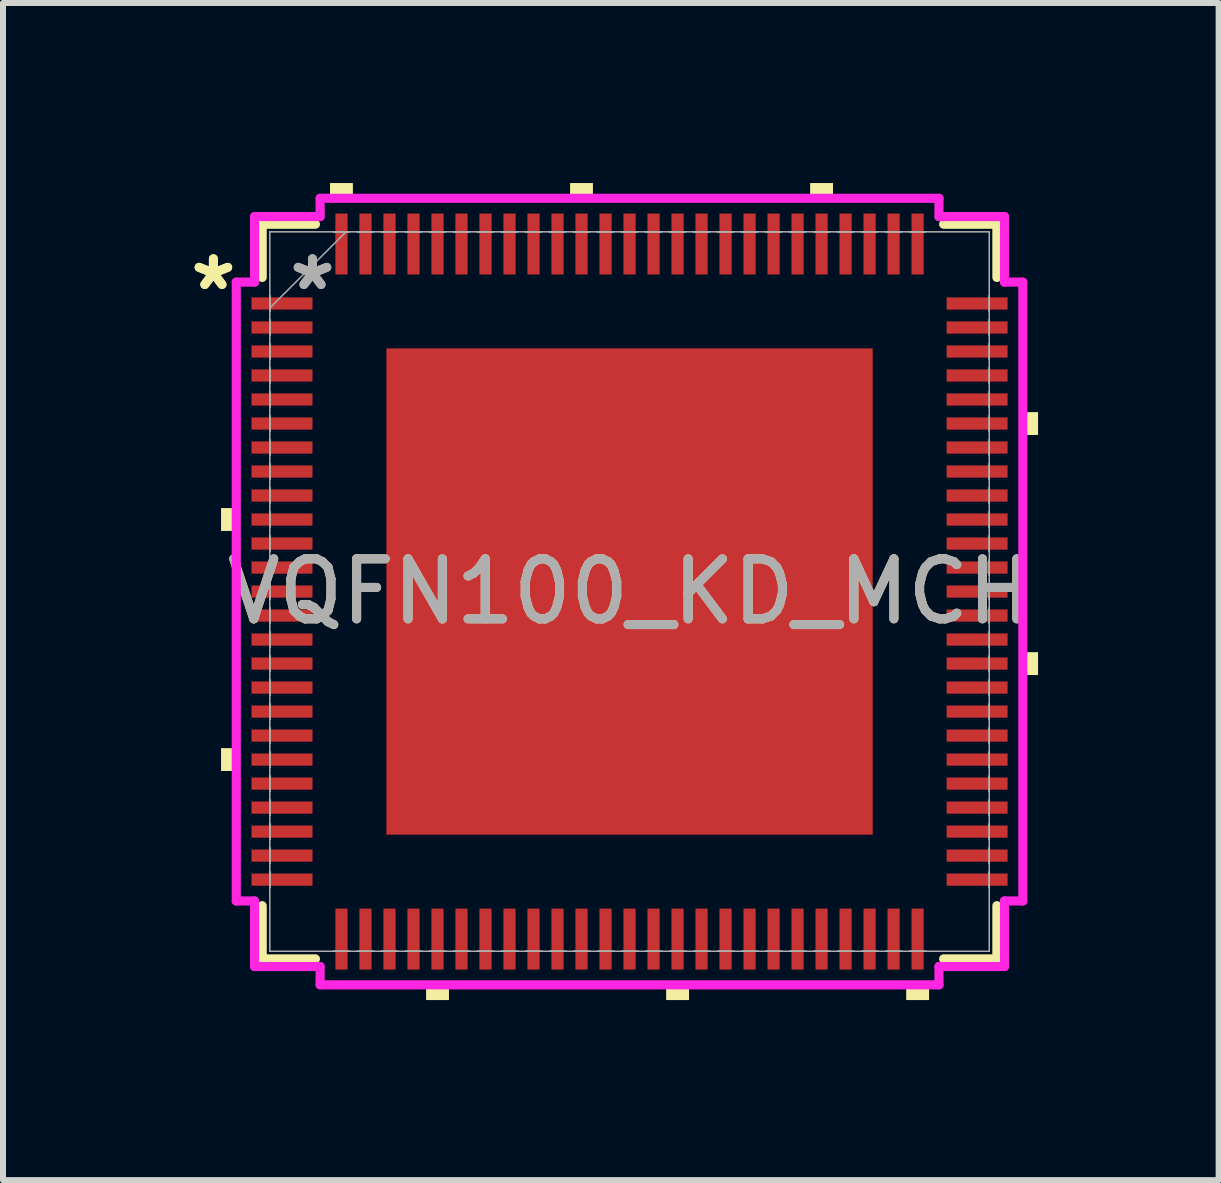
<source format=kicad_pcb>
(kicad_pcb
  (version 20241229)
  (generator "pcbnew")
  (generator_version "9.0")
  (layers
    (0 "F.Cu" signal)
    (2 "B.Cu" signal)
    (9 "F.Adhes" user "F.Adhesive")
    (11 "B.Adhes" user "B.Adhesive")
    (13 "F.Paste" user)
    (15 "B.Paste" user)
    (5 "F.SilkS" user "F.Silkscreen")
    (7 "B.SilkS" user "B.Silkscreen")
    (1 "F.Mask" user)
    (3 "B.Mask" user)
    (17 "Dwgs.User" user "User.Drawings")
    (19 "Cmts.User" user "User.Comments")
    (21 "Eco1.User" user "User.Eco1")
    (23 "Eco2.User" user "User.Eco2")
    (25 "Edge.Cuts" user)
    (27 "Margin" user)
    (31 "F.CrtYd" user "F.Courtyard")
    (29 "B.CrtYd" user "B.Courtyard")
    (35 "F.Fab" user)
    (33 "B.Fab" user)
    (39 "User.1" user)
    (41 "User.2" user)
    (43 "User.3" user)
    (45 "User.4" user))
  (footprint "VQFN100_KD_MCH"
    (layer "F.Cu")
    (at 7.44 6.807)
    (property "Reference" "VQFN100_KD_MCH" (at 0 0 0) (unlocked yes) (layer "F.SilkS") (effects (font (size 1 1) (thickness 0.15))))
    (attr smd)
    (fp_line (start -6.121 -6.121) (end -6.121 -5.234) (stroke (width 0.152) (type solid)) (layer "F.SilkS"))
    (fp_line (start -6.121 5.234) (end -6.121 6.121) (stroke (width 0.152) (type solid)) (layer "F.SilkS"))
    (fp_line (start -6.121 6.121) (end -5.234 6.121) (stroke (width 0.152) (type solid)) (layer "F.SilkS"))
    (fp_line (start -5.234 -6.121) (end -6.121 -6.121) (stroke (width 0.152) (type solid)) (layer "F.SilkS"))
    (fp_line (start 5.234 6.121) (end 6.121 6.121) (stroke (width 0.152) (type solid)) (layer "F.SilkS"))
    (fp_line (start 6.121 -6.121) (end 5.234 -6.121) (stroke (width 0.152) (type solid)) (layer "F.SilkS"))
    (fp_line (start 6.121 -5.234) (end 6.121 -6.121) (stroke (width 0.152) (type solid)) (layer "F.SilkS"))
    (fp_line (start 6.121 6.121) (end 6.121 5.234) (stroke (width 0.152) (type solid)) (layer "F.SilkS"))
    (fp_poly (pts (xy -6.807 -1.391) (xy -6.807 -1.01) (xy -6.553 -1.01) (xy -6.553 -1.391)) (stroke (width 0) (type solid)) (fill yes) (layer "F.SilkS"))
    (fp_poly (pts (xy -6.807 2.609) (xy -6.807 2.99) (xy -6.553 2.99) (xy -6.553 2.609)) (stroke (width 0) (type solid)) (fill yes) (layer "F.SilkS"))
    (fp_poly (pts (xy -4.991 -6.553) (xy -4.991 -6.807) (xy -4.61 -6.807) (xy -4.61 -6.553)) (stroke (width 0) (type solid)) (fill yes) (layer "F.SilkS"))
    (fp_poly (pts (xy -3.39 6.553) (xy -3.39 6.807) (xy -3.009 6.807) (xy -3.009 6.553)) (stroke (width 0) (type solid)) (fill yes) (layer "F.SilkS"))
    (fp_poly (pts (xy -0.991 -6.553) (xy -0.991 -6.807) (xy -0.61 -6.807) (xy -0.61 -6.553)) (stroke (width 0) (type solid)) (fill yes) (layer "F.SilkS"))
    (fp_poly (pts (xy 0.61 6.553) (xy 0.61 6.807) (xy 0.991 6.807) (xy 0.991 6.553)) (stroke (width 0) (type solid)) (fill yes) (layer "F.SilkS"))
    (fp_poly (pts (xy 3.009 -6.553) (xy 3.009 -6.807) (xy 3.39 -6.807) (xy 3.39 -6.553)) (stroke (width 0) (type solid)) (fill yes) (layer "F.SilkS"))
    (fp_poly (pts (xy 4.61 6.553) (xy 4.61 6.807) (xy 4.991 6.807) (xy 4.991 6.553)) (stroke (width 0) (type solid)) (fill yes) (layer "F.SilkS"))
    (fp_poly (pts (xy 6.807 -2.99) (xy 6.807 -2.609) (xy 6.553 -2.609) (xy 6.553 -2.99)) (stroke (width 0) (type solid)) (fill yes) (layer "F.SilkS"))
    (fp_poly (pts (xy 6.807 1.01) (xy 6.807 1.391) (xy 6.553 1.391) (xy 6.553 1.01)) (stroke (width 0) (type solid)) (fill yes) (layer "F.SilkS"))
    (fp_poly (pts (xy -3.951 -3.951) (xy -3.951 -2.801) (xy -2.801 -2.801) (xy -2.801 -3.951)) (stroke (width 0) (type solid)) (fill yes) (layer "F.Paste"))
    (fp_poly (pts (xy -3.951 -2.601) (xy -3.951 -1.45) (xy -2.801 -1.45) (xy -2.801 -2.601)) (stroke (width 0) (type solid)) (fill yes) (layer "F.Paste"))
    (fp_poly (pts (xy -3.951 -1.25) (xy -3.951 -0.1) (xy -2.801 -0.1) (xy -2.801 -1.25)) (stroke (width 0) (type solid)) (fill yes) (layer "F.Paste"))
    (fp_poly (pts (xy -3.951 0.1) (xy -3.951 1.25) (xy -2.801 1.25) (xy -2.801 0.1)) (stroke (width 0) (type solid)) (fill yes) (layer "F.Paste"))
    (fp_poly (pts (xy -3.951 1.45) (xy -3.951 2.601) (xy -2.801 2.601) (xy -2.801 1.45)) (stroke (width 0) (type solid)) (fill yes) (layer "F.Paste"))
    (fp_poly (pts (xy -3.951 2.801) (xy -3.951 3.951) (xy -2.801 3.951) (xy -2.801 2.801)) (stroke (width 0) (type solid)) (fill yes) (layer "F.Paste"))
    (fp_poly (pts (xy -2.601 -3.951) (xy -2.601 -2.801) (xy -1.45 -2.801) (xy -1.45 -3.951)) (stroke (width 0) (type solid)) (fill yes) (layer "F.Paste"))
    (fp_poly (pts (xy -2.601 -2.601) (xy -2.601 -1.45) (xy -1.45 -1.45) (xy -1.45 -2.601)) (stroke (width 0) (type solid)) (fill yes) (layer "F.Paste"))
    (fp_poly (pts (xy -2.601 -1.25) (xy -2.601 -0.1) (xy -1.45 -0.1) (xy -1.45 -1.25)) (stroke (width 0) (type solid)) (fill yes) (layer "F.Paste"))
    (fp_poly (pts (xy -2.601 0.1) (xy -2.601 1.25) (xy -1.45 1.25) (xy -1.45 0.1)) (stroke (width 0) (type solid)) (fill yes) (layer "F.Paste"))
    (fp_poly (pts (xy -2.601 1.45) (xy -2.601 2.601) (xy -1.45 2.601) (xy -1.45 1.45)) (stroke (width 0) (type solid)) (fill yes) (layer "F.Paste"))
    (fp_poly (pts (xy -2.601 2.801) (xy -2.601 3.951) (xy -1.45 3.951) (xy -1.45 2.801)) (stroke (width 0) (type solid)) (fill yes) (layer "F.Paste"))
    (fp_poly (pts (xy -1.25 -3.951) (xy -1.25 -2.801) (xy -0.1 -2.801) (xy -0.1 -3.951)) (stroke (width 0) (type solid)) (fill yes) (layer "F.Paste"))
    (fp_poly (pts (xy -1.25 -2.601) (xy -1.25 -1.45) (xy -0.1 -1.45) (xy -0.1 -2.601)) (stroke (width 0) (type solid)) (fill yes) (layer "F.Paste"))
    (fp_poly (pts (xy -1.25 -1.25) (xy -1.25 -0.1) (xy -0.1 -0.1) (xy -0.1 -1.25)) (stroke (width 0) (type solid)) (fill yes) (layer "F.Paste"))
    (fp_poly (pts (xy -1.25 0.1) (xy -1.25 1.25) (xy -0.1 1.25) (xy -0.1 0.1)) (stroke (width 0) (type solid)) (fill yes) (layer "F.Paste"))
    (fp_poly (pts (xy -1.25 1.45) (xy -1.25 2.601) (xy -0.1 2.601) (xy -0.1 1.45)) (stroke (width 0) (type solid)) (fill yes) (layer "F.Paste"))
    (fp_poly (pts (xy -1.25 2.801) (xy -1.25 3.951) (xy -0.1 3.951) (xy -0.1 2.801)) (stroke (width 0) (type solid)) (fill yes) (layer "F.Paste"))
    (fp_poly (pts (xy 0.1 -3.951) (xy 0.1 -2.801) (xy 1.25 -2.801) (xy 1.25 -3.951)) (stroke (width 0) (type solid)) (fill yes) (layer "F.Paste"))
    (fp_poly (pts (xy 0.1 -2.601) (xy 0.1 -1.45) (xy 1.25 -1.45) (xy 1.25 -2.601)) (stroke (width 0) (type solid)) (fill yes) (layer "F.Paste"))
    (fp_poly (pts (xy 0.1 -1.25) (xy 0.1 -0.1) (xy 1.25 -0.1) (xy 1.25 -1.25)) (stroke (width 0) (type solid)) (fill yes) (layer "F.Paste"))
    (fp_poly (pts (xy 0.1 0.1) (xy 0.1 1.25) (xy 1.25 1.25) (xy 1.25 0.1)) (stroke (width 0) (type solid)) (fill yes) (layer "F.Paste"))
    (fp_poly (pts (xy 0.1 1.45) (xy 0.1 2.601) (xy 1.25 2.601) (xy 1.25 1.45)) (stroke (width 0) (type solid)) (fill yes) (layer "F.Paste"))
    (fp_poly (pts (xy 0.1 2.801) (xy 0.1 3.951) (xy 1.25 3.951) (xy 1.25 2.801)) (stroke (width 0) (type solid)) (fill yes) (layer "F.Paste"))
    (fp_poly (pts (xy 1.45 -3.951) (xy 1.45 -2.801) (xy 2.601 -2.801) (xy 2.601 -3.951)) (stroke (width 0) (type solid)) (fill yes) (layer "F.Paste"))
    (fp_poly (pts (xy 1.45 -2.601) (xy 1.45 -1.45) (xy 2.601 -1.45) (xy 2.601 -2.601)) (stroke (width 0) (type solid)) (fill yes) (layer "F.Paste"))
    (fp_poly (pts (xy 1.45 -1.25) (xy 1.45 -0.1) (xy 2.601 -0.1) (xy 2.601 -1.25)) (stroke (width 0) (type solid)) (fill yes) (layer "F.Paste"))
    (fp_poly (pts (xy 1.45 0.1) (xy 1.45 1.25) (xy 2.601 1.25) (xy 2.601 0.1)) (stroke (width 0) (type solid)) (fill yes) (layer "F.Paste"))
    (fp_poly (pts (xy 1.45 1.45) (xy 1.45 2.601) (xy 2.601 2.601) (xy 2.601 1.45)) (stroke (width 0) (type solid)) (fill yes) (layer "F.Paste"))
    (fp_poly (pts (xy 1.45 2.801) (xy 1.45 3.951) (xy 2.601 3.951) (xy 2.601 2.801)) (stroke (width 0) (type solid)) (fill yes) (layer "F.Paste"))
    (fp_poly (pts (xy 2.801 -3.951) (xy 2.801 -2.801) (xy 3.951 -2.801) (xy 3.951 -3.951)) (stroke (width 0) (type solid)) (fill yes) (layer "F.Paste"))
    (fp_poly (pts (xy 2.801 -2.601) (xy 2.801 -1.45) (xy 3.951 -1.45) (xy 3.951 -2.601)) (stroke (width 0) (type solid)) (fill yes) (layer "F.Paste"))
    (fp_poly (pts (xy 2.801 -1.25) (xy 2.801 -0.1) (xy 3.951 -0.1) (xy 3.951 -1.25)) (stroke (width 0) (type solid)) (fill yes) (layer "F.Paste"))
    (fp_poly (pts (xy 2.801 0.1) (xy 2.801 1.25) (xy 3.951 1.25) (xy 3.951 0.1)) (stroke (width 0) (type solid)) (fill yes) (layer "F.Paste"))
    (fp_poly (pts (xy 2.801 1.45) (xy 2.801 2.601) (xy 3.951 2.601) (xy 3.951 1.45)) (stroke (width 0) (type solid)) (fill yes) (layer "F.Paste"))
    (fp_poly (pts (xy 2.801 2.801) (xy 2.801 3.951) (xy 3.951 3.951) (xy 3.951 2.801)) (stroke (width 0) (type solid)) (fill yes) (layer "F.Paste"))
    (fp_line (start -6.553 -5.156) (end -6.248 -5.156) (stroke (width 0.152) (type solid)) (layer "F.CrtYd"))
    (fp_line (start -6.553 5.156) (end -6.553 -5.156) (stroke (width 0.152) (type solid)) (layer "F.CrtYd"))
    (fp_line (start -6.248 -6.248) (end -5.156 -6.248) (stroke (width 0.152) (type solid)) (layer "F.CrtYd"))
    (fp_line (start -6.248 -5.156) (end -6.248 -6.248) (stroke (width 0.152) (type solid)) (layer "F.CrtYd"))
    (fp_line (start -6.248 5.156) (end -6.553 5.156) (stroke (width 0.152) (type solid)) (layer "F.CrtYd"))
    (fp_line (start -6.248 6.248) (end -6.248 5.156) (stroke (width 0.152) (type solid)) (layer "F.CrtYd"))
    (fp_line (start -5.156 -6.553) (end 5.156 -6.553) (stroke (width 0.152) (type solid)) (layer "F.CrtYd"))
    (fp_line (start -5.156 -6.248) (end -5.156 -6.553) (stroke (width 0.152) (type solid)) (layer "F.CrtYd"))
    (fp_line (start -5.156 6.248) (end -6.248 6.248) (stroke (width 0.152) (type solid)) (layer "F.CrtYd"))
    (fp_line (start -5.156 6.553) (end -5.156 6.248) (stroke (width 0.152) (type solid)) (layer "F.CrtYd"))
    (fp_line (start 5.156 -6.553) (end 5.156 -6.248) (stroke (width 0.152) (type solid)) (layer "F.CrtYd"))
    (fp_line (start 5.156 -6.248) (end 6.248 -6.248) (stroke (width 0.152) (type solid)) (layer "F.CrtYd"))
    (fp_line (start 5.156 6.248) (end 5.156 6.553) (stroke (width 0.152) (type solid)) (layer "F.CrtYd"))
    (fp_line (start 5.156 6.553) (end -5.156 6.553) (stroke (width 0.152) (type solid)) (layer "F.CrtYd"))
    (fp_line (start 6.248 -6.248) (end 6.248 -5.156) (stroke (width 0.152) (type solid)) (layer "F.CrtYd"))
    (fp_line (start 6.248 -5.156) (end 6.553 -5.156) (stroke (width 0.152) (type solid)) (layer "F.CrtYd"))
    (fp_line (start 6.248 5.156) (end 6.248 6.248) (stroke (width 0.152) (type solid)) (layer "F.CrtYd"))
    (fp_line (start 6.248 6.248) (end 5.156 6.248) (stroke (width 0.152) (type solid)) (layer "F.CrtYd"))
    (fp_line (start 6.553 -5.156) (end 6.553 5.156) (stroke (width 0.152) (type solid)) (layer "F.CrtYd"))
    (fp_line (start 6.553 5.156) (end 6.248 5.156) (stroke (width 0.152) (type solid)) (layer "F.CrtYd"))
    (fp_line (start -5.994 -5.994) (end -5.994 -5.994) (stroke (width 0.025) (type solid)) (layer "F.Fab"))
    (fp_line (start -5.994 -5.994) (end -5.994 5.994) (stroke (width 0.025) (type solid)) (layer "F.Fab"))
    (fp_line (start -5.994 -4.927) (end -5.994 -4.927) (stroke (width 0.025) (type solid)) (layer "F.Fab"))
    (fp_line (start -5.994 -4.927) (end -5.994 -4.673) (stroke (width 0.025) (type solid)) (layer "F.Fab"))
    (fp_line (start -5.994 -4.724) (end -4.724 -5.994) (stroke (width 0.025) (type solid)) (layer "F.Fab"))
    (fp_line (start -5.994 -4.673) (end -5.994 -4.927) (stroke (width 0.025) (type solid)) (layer "F.Fab"))
    (fp_line (start -5.994 -4.673) (end -5.994 -4.673) (stroke (width 0.025) (type solid)) (layer "F.Fab"))
    (fp_line (start -5.994 -4.527) (end -5.994 -4.527) (stroke (width 0.025) (type solid)) (layer "F.Fab"))
    (fp_line (start -5.994 -4.527) (end -5.994 -4.273) (stroke (width 0.025) (type solid)) (layer "F.Fab"))
    (fp_line (start -5.994 -4.273) (end -5.994 -4.527) (stroke (width 0.025) (type solid)) (layer "F.Fab"))
    (fp_line (start -5.994 -4.273) (end -5.994 -4.273) (stroke (width 0.025) (type solid)) (layer "F.Fab"))
    (fp_line (start -5.994 -4.127) (end -5.994 -4.127) (stroke (width 0.025) (type solid)) (layer "F.Fab"))
    (fp_line (start -5.994 -4.127) (end -5.994 -3.873) (stroke (width 0.025) (type solid)) (layer "F.Fab"))
    (fp_line (start -5.994 -3.873) (end -5.994 -4.127) (stroke (width 0.025) (type solid)) (layer "F.Fab"))
    (fp_line (start -5.994 -3.873) (end -5.994 -3.873) (stroke (width 0.025) (type solid)) (layer "F.Fab"))
    (fp_line (start -5.994 -3.727) (end -5.994 -3.727) (stroke (width 0.025) (type solid)) (layer "F.Fab"))
    (fp_line (start -5.994 -3.727) (end -5.994 -3.473) (stroke (width 0.025) (type solid)) (layer "F.Fab"))
    (fp_line (start -5.994 -3.473) (end -5.994 -3.727) (stroke (width 0.025) (type solid)) (layer "F.Fab"))
    (fp_line (start -5.994 -3.473) (end -5.994 -3.473) (stroke (width 0.025) (type solid)) (layer "F.Fab"))
    (fp_line (start -5.994 -3.327) (end -5.994 -3.327) (stroke (width 0.025) (type solid)) (layer "F.Fab"))
    (fp_line (start -5.994 -3.327) (end -5.994 -3.073) (stroke (width 0.025) (type solid)) (layer "F.Fab"))
    (fp_line (start -5.994 -3.073) (end -5.994 -3.327) (stroke (width 0.025) (type solid)) (layer "F.Fab"))
    (fp_line (start -5.994 -3.073) (end -5.994 -3.073) (stroke (width 0.025) (type solid)) (layer "F.Fab"))
    (fp_line (start -5.994 -2.927) (end -5.994 -2.927) (stroke (width 0.025) (type solid)) (layer "F.Fab"))
    (fp_line (start -5.994 -2.927) (end -5.994 -2.673) (stroke (width 0.025) (type solid)) (layer "F.Fab"))
    (fp_line (start -5.994 -2.673) (end -5.994 -2.927) (stroke (width 0.025) (type solid)) (layer "F.Fab"))
    (fp_line (start -5.994 -2.673) (end -5.994 -2.673) (stroke (width 0.025) (type solid)) (layer "F.Fab"))
    (fp_line (start -5.994 -2.527) (end -5.994 -2.527) (stroke (width 0.025) (type solid)) (layer "F.Fab"))
    (fp_line (start -5.994 -2.527) (end -5.994 -2.273) (stroke (width 0.025) (type solid)) (layer "F.Fab"))
    (fp_line (start -5.994 -2.273) (end -5.994 -2.527) (stroke (width 0.025) (type solid)) (layer "F.Fab"))
    (fp_line (start -5.994 -2.273) (end -5.994 -2.273) (stroke (width 0.025) (type solid)) (layer "F.Fab"))
    (fp_line (start -5.994 -2.127) (end -5.994 -2.127) (stroke (width 0.025) (type solid)) (layer "F.Fab"))
    (fp_line (start -5.994 -2.127) (end -5.994 -1.873) (stroke (width 0.025) (type solid)) (layer "F.Fab"))
    (fp_line (start -5.994 -1.873) (end -5.994 -2.127) (stroke (width 0.025) (type solid)) (layer "F.Fab"))
    (fp_line (start -5.994 -1.873) (end -5.994 -1.873) (stroke (width 0.025) (type solid)) (layer "F.Fab"))
    (fp_line (start -5.994 -1.727) (end -5.994 -1.727) (stroke (width 0.025) (type solid)) (layer "F.Fab"))
    (fp_line (start -5.994 -1.727) (end -5.994 -1.473) (stroke (width 0.025) (type solid)) (layer "F.Fab"))
    (fp_line (start -5.994 -1.473) (end -5.994 -1.727) (stroke (width 0.025) (type solid)) (layer "F.Fab"))
    (fp_line (start -5.994 -1.473) (end -5.994 -1.473) (stroke (width 0.025) (type solid)) (layer "F.Fab"))
    (fp_line (start -5.994 -1.327) (end -5.994 -1.327) (stroke (width 0.025) (type solid)) (layer "F.Fab"))
    (fp_line (start -5.994 -1.327) (end -5.994 -1.073) (stroke (width 0.025) (type solid)) (layer "F.Fab"))
    (fp_line (start -5.994 -1.073) (end -5.994 -1.327) (stroke (width 0.025) (type solid)) (layer "F.Fab"))
    (fp_line (start -5.994 -1.073) (end -5.994 -1.073) (stroke (width 0.025) (type solid)) (layer "F.Fab"))
    (fp_line (start -5.994 -0.927) (end -5.994 -0.927) (stroke (width 0.025) (type solid)) (layer "F.Fab"))
    (fp_line (start -5.994 -0.927) (end -5.994 -0.673) (stroke (width 0.025) (type solid)) (layer "F.Fab"))
    (fp_line (start -5.994 -0.673) (end -5.994 -0.927) (stroke (width 0.025) (type solid)) (layer "F.Fab"))
    (fp_line (start -5.994 -0.673) (end -5.994 -0.673) (stroke (width 0.025) (type solid)) (layer "F.Fab"))
    (fp_line (start -5.994 -0.527) (end -5.994 -0.527) (stroke (width 0.025) (type solid)) (layer "F.Fab"))
    (fp_line (start -5.994 -0.527) (end -5.994 -0.273) (stroke (width 0.025) (type solid)) (layer "F.Fab"))
    (fp_line (start -5.994 -0.273) (end -5.994 -0.527) (stroke (width 0.025) (type solid)) (layer "F.Fab"))
    (fp_line (start -5.994 -0.273) (end -5.994 -0.273) (stroke (width 0.025) (type solid)) (layer "F.Fab"))
    (fp_line (start -5.994 -0.127) (end -5.994 -0.127) (stroke (width 0.025) (type solid)) (layer "F.Fab"))
    (fp_line (start -5.994 -0.127) (end -5.994 0.127) (stroke (width 0.025) (type solid)) (layer "F.Fab"))
    (fp_line (start -5.994 0.127) (end -5.994 -0.127) (stroke (width 0.025) (type solid)) (layer "F.Fab"))
    (fp_line (start -5.994 0.127) (end -5.994 0.127) (stroke (width 0.025) (type solid)) (layer "F.Fab"))
    (fp_line (start -5.994 0.273) (end -5.994 0.273) (stroke (width 0.025) (type solid)) (layer "F.Fab"))
    (fp_line (start -5.994 0.273) (end -5.994 0.527) (stroke (width 0.025) (type solid)) (layer "F.Fab"))
    (fp_line (start -5.994 0.527) (end -5.994 0.273) (stroke (width 0.025) (type solid)) (layer "F.Fab"))
    (fp_line (start -5.994 0.527) (end -5.994 0.527) (stroke (width 0.025) (type solid)) (layer "F.Fab"))
    (fp_line (start -5.994 0.673) (end -5.994 0.673) (stroke (width 0.025) (type solid)) (layer "F.Fab"))
    (fp_line (start -5.994 0.673) (end -5.994 0.927) (stroke (width 0.025) (type solid)) (layer "F.Fab"))
    (fp_line (start -5.994 0.927) (end -5.994 0.673) (stroke (width 0.025) (type solid)) (layer "F.Fab"))
    (fp_line (start -5.994 0.927) (end -5.994 0.927) (stroke (width 0.025) (type solid)) (layer "F.Fab"))
    (fp_line (start -5.994 1.073) (end -5.994 1.073) (stroke (width 0.025) (type solid)) (layer "F.Fab"))
    (fp_line (start -5.994 1.073) (end -5.994 1.327) (stroke (width 0.025) (type solid)) (layer "F.Fab"))
    (fp_line (start -5.994 1.327) (end -5.994 1.073) (stroke (width 0.025) (type solid)) (layer "F.Fab"))
    (fp_line (start -5.994 1.327) (end -5.994 1.327) (stroke (width 0.025) (type solid)) (layer "F.Fab"))
    (fp_line (start -5.994 1.473) (end -5.994 1.473) (stroke (width 0.025) (type solid)) (layer "F.Fab"))
    (fp_line (start -5.994 1.473) (end -5.994 1.727) (stroke (width 0.025) (type solid)) (layer "F.Fab"))
    (fp_line (start -5.994 1.727) (end -5.994 1.473) (stroke (width 0.025) (type solid)) (layer "F.Fab"))
    (fp_line (start -5.994 1.727) (end -5.994 1.727) (stroke (width 0.025) (type solid)) (layer "F.Fab"))
    (fp_line (start -5.994 1.873) (end -5.994 1.873) (stroke (width 0.025) (type solid)) (layer "F.Fab"))
    (fp_line (start -5.994 1.873) (end -5.994 2.127) (stroke (width 0.025) (type solid)) (layer "F.Fab"))
    (fp_line (start -5.994 2.127) (end -5.994 1.873) (stroke (width 0.025) (type solid)) (layer "F.Fab"))
    (fp_line (start -5.994 2.127) (end -5.994 2.127) (stroke (width 0.025) (type solid)) (layer "F.Fab"))
    (fp_line (start -5.994 2.273) (end -5.994 2.273) (stroke (width 0.025) (type solid)) (layer "F.Fab"))
    (fp_line (start -5.994 2.273) (end -5.994 2.527) (stroke (width 0.025) (type solid)) (layer "F.Fab"))
    (fp_line (start -5.994 2.527) (end -5.994 2.273) (stroke (width 0.025) (type solid)) (layer "F.Fab"))
    (fp_line (start -5.994 2.527) (end -5.994 2.527) (stroke (width 0.025) (type solid)) (layer "F.Fab"))
    (fp_line (start -5.994 2.673) (end -5.994 2.673) (stroke (width 0.025) (type solid)) (layer "F.Fab"))
    (fp_line (start -5.994 2.673) (end -5.994 2.927) (stroke (width 0.025) (type solid)) (layer "F.Fab"))
    (fp_line (start -5.994 2.927) (end -5.994 2.673) (stroke (width 0.025) (type solid)) (layer "F.Fab"))
    (fp_line (start -5.994 2.927) (end -5.994 2.927) (stroke (width 0.025) (type solid)) (layer "F.Fab"))
    (fp_line (start -5.994 3.073) (end -5.994 3.073) (stroke (width 0.025) (type solid)) (layer "F.Fab"))
    (fp_line (start -5.994 3.073) (end -5.994 3.327) (stroke (width 0.025) (type solid)) (layer "F.Fab"))
    (fp_line (start -5.994 3.327) (end -5.994 3.073) (stroke (width 0.025) (type solid)) (layer "F.Fab"))
    (fp_line (start -5.994 3.327) (end -5.994 3.327) (stroke (width 0.025) (type solid)) (layer "F.Fab"))
    (fp_line (start -5.994 3.473) (end -5.994 3.473) (stroke (width 0.025) (type solid)) (layer "F.Fab"))
    (fp_line (start -5.994 3.473) (end -5.994 3.727) (stroke (width 0.025) (type solid)) (layer "F.Fab"))
    (fp_line (start -5.994 3.727) (end -5.994 3.473) (stroke (width 0.025) (type solid)) (layer "F.Fab"))
    (fp_line (start -5.994 3.727) (end -5.994 3.727) (stroke (width 0.025) (type solid)) (layer "F.Fab"))
    (fp_line (start -5.994 3.873) (end -5.994 3.873) (stroke (width 0.025) (type solid)) (layer "F.Fab"))
    (fp_line (start -5.994 3.873) (end -5.994 4.127) (stroke (width 0.025) (type solid)) (layer "F.Fab"))
    (fp_line (start -5.994 4.127) (end -5.994 3.873) (stroke (width 0.025) (type solid)) (layer "F.Fab"))
    (fp_line (start -5.994 4.127) (end -5.994 4.127) (stroke (width 0.025) (type solid)) (layer "F.Fab"))
    (fp_line (start -5.994 4.273) (end -5.994 4.273) (stroke (width 0.025) (type solid)) (layer "F.Fab"))
    (fp_line (start -5.994 4.273) (end -5.994 4.527) (stroke (width 0.025) (type solid)) (layer "F.Fab"))
    (fp_line (start -5.994 4.527) (end -5.994 4.273) (stroke (width 0.025) (type solid)) (layer "F.Fab"))
    (fp_line (start -5.994 4.527) (end -5.994 4.527) (stroke (width 0.025) (type solid)) (layer "F.Fab"))
    (fp_line (start -5.994 4.673) (end -5.994 4.673) (stroke (width 0.025) (type solid)) (layer "F.Fab"))
    (fp_line (start -5.994 4.673) (end -5.994 4.927) (stroke (width 0.025) (type solid)) (layer "F.Fab"))
    (fp_line (start -5.994 4.927) (end -5.994 4.673) (stroke (width 0.025) (type solid)) (layer "F.Fab"))
    (fp_line (start -5.994 4.927) (end -5.994 4.927) (stroke (width 0.025) (type solid)) (layer "F.Fab"))
    (fp_line (start -5.994 5.994) (end -5.994 5.994) (stroke (width 0.025) (type solid)) (layer "F.Fab"))
    (fp_line (start -5.994 5.994) (end 5.994 5.994) (stroke (width 0.025) (type solid)) (layer "F.Fab"))
    (fp_line (start -4.927 5.994) (end -4.927 5.994) (stroke (width 0.025) (type solid)) (layer "F.Fab"))
    (fp_line (start -4.927 5.994) (end -4.673 5.994) (stroke (width 0.025) (type solid)) (layer "F.Fab"))
    (fp_line (start -4.927 -5.994) (end -4.927 -5.994) (stroke (width 0.025) (type solid)) (layer "F.Fab"))
    (fp_line (start -4.927 -5.994) (end -4.673 -5.994) (stroke (width 0.025) (type solid)) (layer "F.Fab"))
    (fp_line (start -4.673 5.994) (end -4.927 5.994) (stroke (width 0.025) (type solid)) (layer "F.Fab"))
    (fp_line (start -4.673 5.994) (end -4.673 5.994) (stroke (width 0.025) (type solid)) (layer "F.Fab"))
    (fp_line (start -4.673 -5.994) (end -4.927 -5.994) (stroke (width 0.025) (type solid)) (layer "F.Fab"))
    (fp_line (start -4.673 -5.994) (end -4.673 -5.994) (stroke (width 0.025) (type solid)) (layer "F.Fab"))
    (fp_line (start -4.527 5.994) (end -4.527 5.994) (stroke (width 0.025) (type solid)) (layer "F.Fab"))
    (fp_line (start -4.527 5.994) (end -4.273 5.994) (stroke (width 0.025) (type solid)) (layer "F.Fab"))
    (fp_line (start -4.527 -5.994) (end -4.527 -5.994) (stroke (width 0.025) (type solid)) (layer "F.Fab"))
    (fp_line (start -4.527 -5.994) (end -4.273 -5.994) (stroke (width 0.025) (type solid)) (layer "F.Fab"))
    (fp_line (start -4.273 5.994) (end -4.527 5.994) (stroke (width 0.025) (type solid)) (layer "F.Fab"))
    (fp_line (start -4.273 5.994) (end -4.273 5.994) (stroke (width 0.025) (type solid)) (layer "F.Fab"))
    (fp_line (start -4.273 -5.994) (end -4.527 -5.994) (stroke (width 0.025) (type solid)) (layer "F.Fab"))
    (fp_line (start -4.273 -5.994) (end -4.273 -5.994) (stroke (width 0.025) (type solid)) (layer "F.Fab"))
    (fp_line (start -4.127 5.994) (end -4.127 5.994) (stroke (width 0.025) (type solid)) (layer "F.Fab"))
    (fp_line (start -4.127 5.994) (end -3.873 5.994) (stroke (width 0.025) (type solid)) (layer "F.Fab"))
    (fp_line (start -4.127 -5.994) (end -4.127 -5.994) (stroke (width 0.025) (type solid)) (layer "F.Fab"))
    (fp_line (start -4.127 -5.994) (end -3.873 -5.994) (stroke (width 0.025) (type solid)) (layer "F.Fab"))
    (fp_line (start -3.873 5.994) (end -4.127 5.994) (stroke (width 0.025) (type solid)) (layer "F.Fab"))
    (fp_line (start -3.873 5.994) (end -3.873 5.994) (stroke (width 0.025) (type solid)) (layer "F.Fab"))
    (fp_line (start -3.873 -5.994) (end -4.127 -5.994) (stroke (width 0.025) (type solid)) (layer "F.Fab"))
    (fp_line (start -3.873 -5.994) (end -3.873 -5.994) (stroke (width 0.025) (type solid)) (layer "F.Fab"))
    (fp_line (start -3.727 5.994) (end -3.727 5.994) (stroke (width 0.025) (type solid)) (layer "F.Fab"))
    (fp_line (start -3.727 5.994) (end -3.473 5.994) (stroke (width 0.025) (type solid)) (layer "F.Fab"))
    (fp_line (start -3.727 -5.994) (end -3.727 -5.994) (stroke (width 0.025) (type solid)) (layer "F.Fab"))
    (fp_line (start -3.727 -5.994) (end -3.473 -5.994) (stroke (width 0.025) (type solid)) (layer "F.Fab"))
    (fp_line (start -3.473 5.994) (end -3.727 5.994) (stroke (width 0.025) (type solid)) (layer "F.Fab"))
    (fp_line (start -3.473 5.994) (end -3.473 5.994) (stroke (width 0.025) (type solid)) (layer "F.Fab"))
    (fp_line (start -3.473 -5.994) (end -3.727 -5.994) (stroke (width 0.025) (type solid)) (layer "F.Fab"))
    (fp_line (start -3.473 -5.994) (end -3.473 -5.994) (stroke (width 0.025) (type solid)) (layer "F.Fab"))
    (fp_line (start -3.327 5.994) (end -3.327 5.994) (stroke (width 0.025) (type solid)) (layer "F.Fab"))
    (fp_line (start -3.327 5.994) (end -3.073 5.994) (stroke (width 0.025) (type solid)) (layer "F.Fab"))
    (fp_line (start -3.327 -5.994) (end -3.327 -5.994) (stroke (width 0.025) (type solid)) (layer "F.Fab"))
    (fp_line (start -3.327 -5.994) (end -3.073 -5.994) (stroke (width 0.025) (type solid)) (layer "F.Fab"))
    (fp_line (start -3.073 5.994) (end -3.327 5.994) (stroke (width 0.025) (type solid)) (layer "F.Fab"))
    (fp_line (start -3.073 5.994) (end -3.073 5.994) (stroke (width 0.025) (type solid)) (layer "F.Fab"))
    (fp_line (start -3.073 -5.994) (end -3.327 -5.994) (stroke (width 0.025) (type solid)) (layer "F.Fab"))
    (fp_line (start -3.073 -5.994) (end -3.073 -5.994) (stroke (width 0.025) (type solid)) (layer "F.Fab"))
    (fp_line (start -2.927 5.994) (end -2.927 5.994) (stroke (width 0.025) (type solid)) (layer "F.Fab"))
    (fp_line (start -2.927 5.994) (end -2.673 5.994) (stroke (width 0.025) (type solid)) (layer "F.Fab"))
    (fp_line (start -2.927 -5.994) (end -2.927 -5.994) (stroke (width 0.025) (type solid)) (layer "F.Fab"))
    (fp_line (start -2.927 -5.994) (end -2.673 -5.994) (stroke (width 0.025) (type solid)) (layer "F.Fab"))
    (fp_line (start -2.673 5.994) (end -2.927 5.994) (stroke (width 0.025) (type solid)) (layer "F.Fab"))
    (fp_line (start -2.673 5.994) (end -2.673 5.994) (stroke (width 0.025) (type solid)) (layer "F.Fab"))
    (fp_line (start -2.673 -5.994) (end -2.927 -5.994) (stroke (width 0.025) (type solid)) (layer "F.Fab"))
    (fp_line (start -2.673 -5.994) (end -2.673 -5.994) (stroke (width 0.025) (type solid)) (layer "F.Fab"))
    (fp_line (start -2.527 -5.994) (end -2.527 -5.994) (stroke (width 0.025) (type solid)) (layer "F.Fab"))
    (fp_line (start -2.527 -5.994) (end -2.273 -5.994) (stroke (width 0.025) (type solid)) (layer "F.Fab"))
    (fp_line (start -2.527 5.994) (end -2.527 5.994) (stroke (width 0.025) (type solid)) (layer "F.Fab"))
    (fp_line (start -2.527 5.994) (end -2.273 5.994) (stroke (width 0.025) (type solid)) (layer "F.Fab"))
    (fp_line (start -2.273 -5.994) (end -2.527 -5.994) (stroke (width 0.025) (type solid)) (layer "F.Fab"))
    (fp_line (start -2.273 -5.994) (end -2.273 -5.994) (stroke (width 0.025) (type solid)) (layer "F.Fab"))
    (fp_line (start -2.273 5.994) (end -2.527 5.994) (stroke (width 0.025) (type solid)) (layer "F.Fab"))
    (fp_line (start -2.273 5.994) (end -2.273 5.994) (stroke (width 0.025) (type solid)) (layer "F.Fab"))
    (fp_line (start -2.127 -5.994) (end -2.127 -5.994) (stroke (width 0.025) (type solid)) (layer "F.Fab"))
    (fp_line (start -2.127 -5.994) (end -1.873 -5.994) (stroke (width 0.025) (type solid)) (layer "F.Fab"))
    (fp_line (start -2.127 5.994) (end -2.127 5.994) (stroke (width 0.025) (type solid)) (layer "F.Fab"))
    (fp_line (start -2.127 5.994) (end -1.873 5.994) (stroke (width 0.025) (type solid)) (layer "F.Fab"))
    (fp_line (start -1.873 -5.994) (end -2.127 -5.994) (stroke (width 0.025) (type solid)) (layer "F.Fab"))
    (fp_line (start -1.873 -5.994) (end -1.873 -5.994) (stroke (width 0.025) (type solid)) (layer "F.Fab"))
    (fp_line (start -1.873 5.994) (end -2.127 5.994) (stroke (width 0.025) (type solid)) (layer "F.Fab"))
    (fp_line (start -1.873 5.994) (end -1.873 5.994) (stroke (width 0.025) (type solid)) (layer "F.Fab"))
    (fp_line (start -1.727 -5.994) (end -1.727 -5.994) (stroke (width 0.025) (type solid)) (layer "F.Fab"))
    (fp_line (start -1.727 -5.994) (end -1.473 -5.994) (stroke (width 0.025) (type solid)) (layer "F.Fab"))
    (fp_line (start -1.727 5.994) (end -1.727 5.994) (stroke (width 0.025) (type solid)) (layer "F.Fab"))
    (fp_line (start -1.727 5.994) (end -1.473 5.994) (stroke (width 0.025) (type solid)) (layer "F.Fab"))
    (fp_line (start -1.473 -5.994) (end -1.727 -5.994) (stroke (width 0.025) (type solid)) (layer "F.Fab"))
    (fp_line (start -1.473 -5.994) (end -1.473 -5.994) (stroke (width 0.025) (type solid)) (layer "F.Fab"))
    (fp_line (start -1.473 5.994) (end -1.727 5.994) (stroke (width 0.025) (type solid)) (layer "F.Fab"))
    (fp_line (start -1.473 5.994) (end -1.473 5.994) (stroke (width 0.025) (type solid)) (layer "F.Fab"))
    (fp_line (start -1.327 -5.994) (end -1.327 -5.994) (stroke (width 0.025) (type solid)) (layer "F.Fab"))
    (fp_line (start -1.327 -5.994) (end -1.073 -5.994) (stroke (width 0.025) (type solid)) (layer "F.Fab"))
    (fp_line (start -1.327 5.994) (end -1.327 5.994) (stroke (width 0.025) (type solid)) (layer "F.Fab"))
    (fp_line (start -1.327 5.994) (end -1.073 5.994) (stroke (width 0.025) (type solid)) (layer "F.Fab"))
    (fp_line (start -1.073 -5.994) (end -1.327 -5.994) (stroke (width 0.025) (type solid)) (layer "F.Fab"))
    (fp_line (start -1.073 -5.994) (end -1.073 -5.994) (stroke (width 0.025) (type solid)) (layer "F.Fab"))
    (fp_line (start -1.073 5.994) (end -1.327 5.994) (stroke (width 0.025) (type solid)) (layer "F.Fab"))
    (fp_line (start -1.073 5.994) (end -1.073 5.994) (stroke (width 0.025) (type solid)) (layer "F.Fab"))
    (fp_line (start -0.927 -5.994) (end -0.927 -5.994) (stroke (width 0.025) (type solid)) (layer "F.Fab"))
    (fp_line (start -0.927 -5.994) (end -0.673 -5.994) (stroke (width 0.025) (type solid)) (layer "F.Fab"))
    (fp_line (start -0.927 5.994) (end -0.927 5.994) (stroke (width 0.025) (type solid)) (layer "F.Fab"))
    (fp_line (start -0.927 5.994) (end -0.673 5.994) (stroke (width 0.025) (type solid)) (layer "F.Fab"))
    (fp_line (start -0.673 -5.994) (end -0.927 -5.994) (stroke (width 0.025) (type solid)) (layer "F.Fab"))
    (fp_line (start -0.673 -5.994) (end -0.673 -5.994) (stroke (width 0.025) (type solid)) (layer "F.Fab"))
    (fp_line (start -0.673 5.994) (end -0.927 5.994) (stroke (width 0.025) (type solid)) (layer "F.Fab"))
    (fp_line (start -0.673 5.994) (end -0.673 5.994) (stroke (width 0.025) (type solid)) (layer "F.Fab"))
    (fp_line (start -0.527 -5.994) (end -0.527 -5.994) (stroke (width 0.025) (type solid)) (layer "F.Fab"))
    (fp_line (start -0.527 -5.994) (end -0.273 -5.994) (stroke (width 0.025) (type solid)) (layer "F.Fab"))
    (fp_line (start -0.527 5.994) (end -0.527 5.994) (stroke (width 0.025) (type solid)) (layer "F.Fab"))
    (fp_line (start -0.527 5.994) (end -0.273 5.994) (stroke (width 0.025) (type solid)) (layer "F.Fab"))
    (fp_line (start -0.273 -5.994) (end -0.527 -5.994) (stroke (width 0.025) (type solid)) (layer "F.Fab"))
    (fp_line (start -0.273 -5.994) (end -0.273 -5.994) (stroke (width 0.025) (type solid)) (layer "F.Fab"))
    (fp_line (start -0.273 5.994) (end -0.527 5.994) (stroke (width 0.025) (type solid)) (layer "F.Fab"))
    (fp_line (start -0.273 5.994) (end -0.273 5.994) (stroke (width 0.025) (type solid)) (layer "F.Fab"))
    (fp_line (start -0.127 -5.994) (end -0.127 -5.994) (stroke (width 0.025) (type solid)) (layer "F.Fab"))
    (fp_line (start -0.127 -5.994) (end 0.127 -5.994) (stroke (width 0.025) (type solid)) (layer "F.Fab"))
    (fp_line (start -0.127 5.994) (end -0.127 5.994) (stroke (width 0.025) (type solid)) (layer "F.Fab"))
    (fp_line (start -0.127 5.994) (end 0.127 5.994) (stroke (width 0.025) (type solid)) (layer "F.Fab"))
    (fp_line (start 0.127 -5.994) (end -0.127 -5.994) (stroke (width 0.025) (type solid)) (layer "F.Fab"))
    (fp_line (start 0.127 -5.994) (end 0.127 -5.994) (stroke (width 0.025) (type solid)) (layer "F.Fab"))
    (fp_line (start 0.127 5.994) (end -0.127 5.994) (stroke (width 0.025) (type solid)) (layer "F.Fab"))
    (fp_line (start 0.127 5.994) (end 0.127 5.994) (stroke (width 0.025) (type solid)) (layer "F.Fab"))
    (fp_line (start 0.273 -5.994) (end 0.273 -5.994) (stroke (width 0.025) (type solid)) (layer "F.Fab"))
    (fp_line (start 0.273 -5.994) (end 0.527 -5.994) (stroke (width 0.025) (type solid)) (layer "F.Fab"))
    (fp_line (start 0.273 5.994) (end 0.273 5.994) (stroke (width 0.025) (type solid)) (layer "F.Fab"))
    (fp_line (start 0.273 5.994) (end 0.527 5.994) (stroke (width 0.025) (type solid)) (layer "F.Fab"))
    (fp_line (start 0.527 -5.994) (end 0.273 -5.994) (stroke (width 0.025) (type solid)) (layer "F.Fab"))
    (fp_line (start 0.527 -5.994) (end 0.527 -5.994) (stroke (width 0.025) (type solid)) (layer "F.Fab"))
    (fp_line (start 0.527 5.994) (end 0.273 5.994) (stroke (width 0.025) (type solid)) (layer "F.Fab"))
    (fp_line (start 0.527 5.994) (end 0.527 5.994) (stroke (width 0.025) (type solid)) (layer "F.Fab"))
    (fp_line (start 0.673 -5.994) (end 0.673 -5.994) (stroke (width 0.025) (type solid)) (layer "F.Fab"))
    (fp_line (start 0.673 -5.994) (end 0.927 -5.994) (stroke (width 0.025) (type solid)) (layer "F.Fab"))
    (fp_line (start 0.673 5.994) (end 0.673 5.994) (stroke (width 0.025) (type solid)) (layer "F.Fab"))
    (fp_line (start 0.673 5.994) (end 0.927 5.994) (stroke (width 0.025) (type solid)) (layer "F.Fab"))
    (fp_line (start 0.927 -5.994) (end 0.673 -5.994) (stroke (width 0.025) (type solid)) (layer "F.Fab"))
    (fp_line (start 0.927 -5.994) (end 0.927 -5.994) (stroke (width 0.025) (type solid)) (layer "F.Fab"))
    (fp_line (start 0.927 5.994) (end 0.673 5.994) (stroke (width 0.025) (type solid)) (layer "F.Fab"))
    (fp_line (start 0.927 5.994) (end 0.927 5.994) (stroke (width 0.025) (type solid)) (layer "F.Fab"))
    (fp_line (start 1.073 -5.994) (end 1.073 -5.994) (stroke (width 0.025) (type solid)) (layer "F.Fab"))
    (fp_line (start 1.073 -5.994) (end 1.327 -5.994) (stroke (width 0.025) (type solid)) (layer "F.Fab"))
    (fp_line (start 1.073 5.994) (end 1.073 5.994) (stroke (width 0.025) (type solid)) (layer "F.Fab"))
    (fp_line (start 1.073 5.994) (end 1.327 5.994) (stroke (width 0.025) (type solid)) (layer "F.Fab"))
    (fp_line (start 1.327 -5.994) (end 1.073 -5.994) (stroke (width 0.025) (type solid)) (layer "F.Fab"))
    (fp_line (start 1.327 -5.994) (end 1.327 -5.994) (stroke (width 0.025) (type solid)) (layer "F.Fab"))
    (fp_line (start 1.327 5.994) (end 1.073 5.994) (stroke (width 0.025) (type solid)) (layer "F.Fab"))
    (fp_line (start 1.327 5.994) (end 1.327 5.994) (stroke (width 0.025) (type solid)) (layer "F.Fab"))
    (fp_line (start 1.473 -5.994) (end 1.473 -5.994) (stroke (width 0.025) (type solid)) (layer "F.Fab"))
    (fp_line (start 1.473 -5.994) (end 1.727 -5.994) (stroke (width 0.025) (type solid)) (layer "F.Fab"))
    (fp_line (start 1.473 5.994) (end 1.473 5.994) (stroke (width 0.025) (type solid)) (layer "F.Fab"))
    (fp_line (start 1.473 5.994) (end 1.727 5.994) (stroke (width 0.025) (type solid)) (layer "F.Fab"))
    (fp_line (start 1.727 -5.994) (end 1.473 -5.994) (stroke (width 0.025) (type solid)) (layer "F.Fab"))
    (fp_line (start 1.727 -5.994) (end 1.727 -5.994) (stroke (width 0.025) (type solid)) (layer "F.Fab"))
    (fp_line (start 1.727 5.994) (end 1.473 5.994) (stroke (width 0.025) (type solid)) (layer "F.Fab"))
    (fp_line (start 1.727 5.994) (end 1.727 5.994) (stroke (width 0.025) (type solid)) (layer "F.Fab"))
    (fp_line (start 1.873 -5.994) (end 1.873 -5.994) (stroke (width 0.025) (type solid)) (layer "F.Fab"))
    (fp_line (start 1.873 -5.994) (end 2.127 -5.994) (stroke (width 0.025) (type solid)) (layer "F.Fab"))
    (fp_line (start 1.873 5.994) (end 1.873 5.994) (stroke (width 0.025) (type solid)) (layer "F.Fab"))
    (fp_line (start 1.873 5.994) (end 2.127 5.994) (stroke (width 0.025) (type solid)) (layer "F.Fab"))
    (fp_line (start 2.127 -5.994) (end 1.873 -5.994) (stroke (width 0.025) (type solid)) (layer "F.Fab"))
    (fp_line (start 2.127 -5.994) (end 2.127 -5.994) (stroke (width 0.025) (type solid)) (layer "F.Fab"))
    (fp_line (start 2.127 5.994) (end 1.873 5.994) (stroke (width 0.025) (type solid)) (layer "F.Fab"))
    (fp_line (start 2.127 5.994) (end 2.127 5.994) (stroke (width 0.025) (type solid)) (layer "F.Fab"))
    (fp_line (start 2.273 -5.994) (end 2.273 -5.994) (stroke (width 0.025) (type solid)) (layer "F.Fab"))
    (fp_line (start 2.273 -5.994) (end 2.527 -5.994) (stroke (width 0.025) (type solid)) (layer "F.Fab"))
    (fp_line (start 2.273 5.994) (end 2.273 5.994) (stroke (width 0.025) (type solid)) (layer "F.Fab"))
    (fp_line (start 2.273 5.994) (end 2.527 5.994) (stroke (width 0.025) (type solid)) (layer "F.Fab"))
    (fp_line (start 2.527 -5.994) (end 2.273 -5.994) (stroke (width 0.025) (type solid)) (layer "F.Fab"))
    (fp_line (start 2.527 -5.994) (end 2.527 -5.994) (stroke (width 0.025) (type solid)) (layer "F.Fab"))
    (fp_line (start 2.527 5.994) (end 2.273 5.994) (stroke (width 0.025) (type solid)) (layer "F.Fab"))
    (fp_line (start 2.527 5.994) (end 2.527 5.994) (stroke (width 0.025) (type solid)) (layer "F.Fab"))
    (fp_line (start 2.673 5.994) (end 2.673 5.994) (stroke (width 0.025) (type solid)) (layer "F.Fab"))
    (fp_line (start 2.673 5.994) (end 2.927 5.994) (stroke (width 0.025) (type solid)) (layer "F.Fab"))
    (fp_line (start 2.673 -5.994) (end 2.673 -5.994) (stroke (width 0.025) (type solid)) (layer "F.Fab"))
    (fp_line (start 2.673 -5.994) (end 2.927 -5.994) (stroke (width 0.025) (type solid)) (layer "F.Fab"))
    (fp_line (start 2.927 5.994) (end 2.673 5.994) (stroke (width 0.025) (type solid)) (layer "F.Fab"))
    (fp_line (start 2.927 5.994) (end 2.927 5.994) (stroke (width 0.025) (type solid)) (layer "F.Fab"))
    (fp_line (start 2.927 -5.994) (end 2.673 -5.994) (stroke (width 0.025) (type solid)) (layer "F.Fab"))
    (fp_line (start 2.927 -5.994) (end 2.927 -5.994) (stroke (width 0.025) (type solid)) (layer "F.Fab"))
    (fp_line (start 3.073 5.994) (end 3.073 5.994) (stroke (width 0.025) (type solid)) (layer "F.Fab"))
    (fp_line (start 3.073 5.994) (end 3.327 5.994) (stroke (width 0.025) (type solid)) (layer "F.Fab"))
    (fp_line (start 3.073 -5.994) (end 3.073 -5.994) (stroke (width 0.025) (type solid)) (layer "F.Fab"))
    (fp_line (start 3.073 -5.994) (end 3.327 -5.994) (stroke (width 0.025) (type solid)) (layer "F.Fab"))
    (fp_line (start 3.327 5.994) (end 3.073 5.994) (stroke (width 0.025) (type solid)) (layer "F.Fab"))
    (fp_line (start 3.327 5.994) (end 3.327 5.994) (stroke (width 0.025) (type solid)) (layer "F.Fab"))
    (fp_line (start 3.327 -5.994) (end 3.073 -5.994) (stroke (width 0.025) (type solid)) (layer "F.Fab"))
    (fp_line (start 3.327 -5.994) (end 3.327 -5.994) (stroke (width 0.025) (type solid)) (layer "F.Fab"))
    (fp_line (start 3.473 5.994) (end 3.473 5.994) (stroke (width 0.025) (type solid)) (layer "F.Fab"))
    (fp_line (start 3.473 5.994) (end 3.727 5.994) (stroke (width 0.025) (type solid)) (layer "F.Fab"))
    (fp_line (start 3.473 -5.994) (end 3.473 -5.994) (stroke (width 0.025) (type solid)) (layer "F.Fab"))
    (fp_line (start 3.473 -5.994) (end 3.727 -5.994) (stroke (width 0.025) (type solid)) (layer "F.Fab"))
    (fp_line (start 3.727 5.994) (end 3.473 5.994) (stroke (width 0.025) (type solid)) (layer "F.Fab"))
    (fp_line (start 3.727 5.994) (end 3.727 5.994) (stroke (width 0.025) (type solid)) (layer "F.Fab"))
    (fp_line (start 3.727 -5.994) (end 3.473 -5.994) (stroke (width 0.025) (type solid)) (layer "F.Fab"))
    (fp_line (start 3.727 -5.994) (end 3.727 -5.994) (stroke (width 0.025) (type solid)) (layer "F.Fab"))
    (fp_line (start 3.873 5.994) (end 3.873 5.994) (stroke (width 0.025) (type solid)) (layer "F.Fab"))
    (fp_line (start 3.873 5.994) (end 4.127 5.994) (stroke (width 0.025) (type solid)) (layer "F.Fab"))
    (fp_line (start 3.873 -5.994) (end 3.873 -5.994) (stroke (width 0.025) (type solid)) (layer "F.Fab"))
    (fp_line (start 3.873 -5.994) (end 4.127 -5.994) (stroke (width 0.025) (type solid)) (layer "F.Fab"))
    (fp_line (start 4.127 5.994) (end 3.873 5.994) (stroke (width 0.025) (type solid)) (layer "F.Fab"))
    (fp_line (start 4.127 5.994) (end 4.127 5.994) (stroke (width 0.025) (type solid)) (layer "F.Fab"))
    (fp_line (start 4.127 -5.994) (end 3.873 -5.994) (stroke (width 0.025) (type solid)) (layer "F.Fab"))
    (fp_line (start 4.127 -5.994) (end 4.127 -5.994) (stroke (width 0.025) (type solid)) (layer "F.Fab"))
    (fp_line (start 4.273 5.994) (end 4.273 5.994) (stroke (width 0.025) (type solid)) (layer "F.Fab"))
    (fp_line (start 4.273 5.994) (end 4.527 5.994) (stroke (width 0.025) (type solid)) (layer "F.Fab"))
    (fp_line (start 4.273 -5.994) (end 4.273 -5.994) (stroke (width 0.025) (type solid)) (layer "F.Fab"))
    (fp_line (start 4.273 -5.994) (end 4.527 -5.994) (stroke (width 0.025) (type solid)) (layer "F.Fab"))
    (fp_line (start 4.527 5.994) (end 4.273 5.994) (stroke (width 0.025) (type solid)) (layer "F.Fab"))
    (fp_line (start 4.527 5.994) (end 4.527 5.994) (stroke (width 0.025) (type solid)) (layer "F.Fab"))
    (fp_line (start 4.527 -5.994) (end 4.273 -5.994) (stroke (width 0.025) (type solid)) (layer "F.Fab"))
    (fp_line (start 4.527 -5.994) (end 4.527 -5.994) (stroke (width 0.025) (type solid)) (layer "F.Fab"))
    (fp_line (start 4.673 5.994) (end 4.673 5.994) (stroke (width 0.025) (type solid)) (layer "F.Fab"))
    (fp_line (start 4.673 5.994) (end 4.927 5.994) (stroke (width 0.025) (type solid)) (layer "F.Fab"))
    (fp_line (start 4.673 -5.994) (end 4.673 -5.994) (stroke (width 0.025) (type solid)) (layer "F.Fab"))
    (fp_line (start 4.673 -5.994) (end 4.927 -5.994) (stroke (width 0.025) (type solid)) (layer "F.Fab"))
    (fp_line (start 4.927 5.994) (end 4.673 5.994) (stroke (width 0.025) (type solid)) (layer "F.Fab"))
    (fp_line (start 4.927 5.994) (end 4.927 5.994) (stroke (width 0.025) (type solid)) (layer "F.Fab"))
    (fp_line (start 4.927 -5.994) (end 4.673 -5.994) (stroke (width 0.025) (type solid)) (layer "F.Fab"))
    (fp_line (start 4.927 -5.994) (end 4.927 -5.994) (stroke (width 0.025) (type solid)) (layer "F.Fab"))
    (fp_line (start 5.994 -5.994) (end -5.994 -5.994) (stroke (width 0.025) (type solid)) (layer "F.Fab"))
    (fp_line (start 5.994 -5.994) (end 5.994 -5.994) (stroke (width 0.025) (type solid)) (layer "F.Fab"))
    (fp_line (start 5.994 -4.927) (end 5.994 -4.927) (stroke (width 0.025) (type solid)) (layer "F.Fab"))
    (fp_line (start 5.994 -4.927) (end 5.994 -4.673) (stroke (width 0.025) (type solid)) (layer "F.Fab"))
    (fp_line (start 5.994 -4.673) (end 5.994 -4.927) (stroke (width 0.025) (type solid)) (layer "F.Fab"))
    (fp_line (start 5.994 -4.673) (end 5.994 -4.673) (stroke (width 0.025) (type solid)) (layer "F.Fab"))
    (fp_line (start 5.994 -4.527) (end 5.994 -4.527) (stroke (width 0.025) (type solid)) (layer "F.Fab"))
    (fp_line (start 5.994 -4.527) (end 5.994 -4.273) (stroke (width 0.025) (type solid)) (layer "F.Fab"))
    (fp_line (start 5.994 -4.273) (end 5.994 -4.527) (stroke (width 0.025) (type solid)) (layer "F.Fab"))
    (fp_line (start 5.994 -4.273) (end 5.994 -4.273) (stroke (width 0.025) (type solid)) (layer "F.Fab"))
    (fp_line (start 5.994 -4.127) (end 5.994 -4.127) (stroke (width 0.025) (type solid)) (layer "F.Fab"))
    (fp_line (start 5.994 -4.127) (end 5.994 -3.873) (stroke (width 0.025) (type solid)) (layer "F.Fab"))
    (fp_line (start 5.994 -3.873) (end 5.994 -4.127) (stroke (width 0.025) (type solid)) (layer "F.Fab"))
    (fp_line (start 5.994 -3.873) (end 5.994 -3.873) (stroke (width 0.025) (type solid)) (layer "F.Fab"))
    (fp_line (start 5.994 -3.727) (end 5.994 -3.727) (stroke (width 0.025) (type solid)) (layer "F.Fab"))
    (fp_line (start 5.994 -3.727) (end 5.994 -3.473) (stroke (width 0.025) (type solid)) (layer "F.Fab"))
    (fp_line (start 5.994 -3.473) (end 5.994 -3.727) (stroke (width 0.025) (type solid)) (layer "F.Fab"))
    (fp_line (start 5.994 -3.473) (end 5.994 -3.473) (stroke (width 0.025) (type solid)) (layer "F.Fab"))
    (fp_line (start 5.994 -3.327) (end 5.994 -3.327) (stroke (width 0.025) (type solid)) (layer "F.Fab"))
    (fp_line (start 5.994 -3.327) (end 5.994 -3.073) (stroke (width 0.025) (type solid)) (layer "F.Fab"))
    (fp_line (start 5.994 -3.073) (end 5.994 -3.327) (stroke (width 0.025) (type solid)) (layer "F.Fab"))
    (fp_line (start 5.994 -3.073) (end 5.994 -3.073) (stroke (width 0.025) (type solid)) (layer "F.Fab"))
    (fp_line (start 5.994 -2.927) (end 5.994 -2.927) (stroke (width 0.025) (type solid)) (layer "F.Fab"))
    (fp_line (start 5.994 -2.927) (end 5.994 -2.673) (stroke (width 0.025) (type solid)) (layer "F.Fab"))
    (fp_line (start 5.994 -2.673) (end 5.994 -2.927) (stroke (width 0.025) (type solid)) (layer "F.Fab"))
    (fp_line (start 5.994 -2.673) (end 5.994 -2.673) (stroke (width 0.025) (type solid)) (layer "F.Fab"))
    (fp_line (start 5.994 -2.527) (end 5.994 -2.527) (stroke (width 0.025) (type solid)) (layer "F.Fab"))
    (fp_line (start 5.994 -2.527) (end 5.994 -2.273) (stroke (width 0.025) (type solid)) (layer "F.Fab"))
    (fp_line (start 5.994 -2.273) (end 5.994 -2.527) (stroke (width 0.025) (type solid)) (layer "F.Fab"))
    (fp_line (start 5.994 -2.273) (end 5.994 -2.273) (stroke (width 0.025) (type solid)) (layer "F.Fab"))
    (fp_line (start 5.994 -2.127) (end 5.994 -2.127) (stroke (width 0.025) (type solid)) (layer "F.Fab"))
    (fp_line (start 5.994 -2.127) (end 5.994 -1.873) (stroke (width 0.025) (type solid)) (layer "F.Fab"))
    (fp_line (start 5.994 -1.873) (end 5.994 -2.127) (stroke (width 0.025) (type solid)) (layer "F.Fab"))
    (fp_line (start 5.994 -1.873) (end 5.994 -1.873) (stroke (width 0.025) (type solid)) (layer "F.Fab"))
    (fp_line (start 5.994 -1.727) (end 5.994 -1.727) (stroke (width 0.025) (type solid)) (layer "F.Fab"))
    (fp_line (start 5.994 -1.727) (end 5.994 -1.473) (stroke (width 0.025) (type solid)) (layer "F.Fab"))
    (fp_line (start 5.994 -1.473) (end 5.994 -1.727) (stroke (width 0.025) (type solid)) (layer "F.Fab"))
    (fp_line (start 5.994 -1.473) (end 5.994 -1.473) (stroke (width 0.025) (type solid)) (layer "F.Fab"))
    (fp_line (start 5.994 -1.327) (end 5.994 -1.327) (stroke (width 0.025) (type solid)) (layer "F.Fab"))
    (fp_line (start 5.994 -1.327) (end 5.994 -1.073) (stroke (width 0.025) (type solid)) (layer "F.Fab"))
    (fp_line (start 5.994 -1.073) (end 5.994 -1.327) (stroke (width 0.025) (type solid)) (layer "F.Fab"))
    (fp_line (start 5.994 -1.073) (end 5.994 -1.073) (stroke (width 0.025) (type solid)) (layer "F.Fab"))
    (fp_line (start 5.994 -0.927) (end 5.994 -0.927) (stroke (width 0.025) (type solid)) (layer "F.Fab"))
    (fp_line (start 5.994 -0.927) (end 5.994 -0.673) (stroke (width 0.025) (type solid)) (layer "F.Fab"))
    (fp_line (start 5.994 -0.673) (end 5.994 -0.927) (stroke (width 0.025) (type solid)) (layer "F.Fab"))
    (fp_line (start 5.994 -0.673) (end 5.994 -0.673) (stroke (width 0.025) (type solid)) (layer "F.Fab"))
    (fp_line (start 5.994 -0.527) (end 5.994 -0.527) (stroke (width 0.025) (type solid)) (layer "F.Fab"))
    (fp_line (start 5.994 -0.527) (end 5.994 -0.273) (stroke (width 0.025) (type solid)) (layer "F.Fab"))
    (fp_line (start 5.994 -0.273) (end 5.994 -0.527) (stroke (width 0.025) (type solid)) (layer "F.Fab"))
    (fp_line (start 5.994 -0.273) (end 5.994 -0.273) (stroke (width 0.025) (type solid)) (layer "F.Fab"))
    (fp_line (start 5.994 -0.127) (end 5.994 -0.127) (stroke (width 0.025) (type solid)) (layer "F.Fab"))
    (fp_line (start 5.994 -0.127) (end 5.994 0.127) (stroke (width 0.025) (type solid)) (layer "F.Fab"))
    (fp_line (start 5.994 0.127) (end 5.994 -0.127) (stroke (width 0.025) (type solid)) (layer "F.Fab"))
    (fp_line (start 5.994 0.127) (end 5.994 0.127) (stroke (width 0.025) (type solid)) (layer "F.Fab"))
    (fp_line (start 5.994 0.273) (end 5.994 0.273) (stroke (width 0.025) (type solid)) (layer "F.Fab"))
    (fp_line (start 5.994 0.273) (end 5.994 0.527) (stroke (width 0.025) (type solid)) (layer "F.Fab"))
    (fp_line (start 5.994 0.527) (end 5.994 0.273) (stroke (width 0.025) (type solid)) (layer "F.Fab"))
    (fp_line (start 5.994 0.527) (end 5.994 0.527) (stroke (width 0.025) (type solid)) (layer "F.Fab"))
    (fp_line (start 5.994 0.673) (end 5.994 0.673) (stroke (width 0.025) (type solid)) (layer "F.Fab"))
    (fp_line (start 5.994 0.673) (end 5.994 0.927) (stroke (width 0.025) (type solid)) (layer "F.Fab"))
    (fp_line (start 5.994 0.927) (end 5.994 0.673) (stroke (width 0.025) (type solid)) (layer "F.Fab"))
    (fp_line (start 5.994 0.927) (end 5.994 0.927) (stroke (width 0.025) (type solid)) (layer "F.Fab"))
    (fp_line (start 5.994 1.073) (end 5.994 1.073) (stroke (width 0.025) (type solid)) (layer "F.Fab"))
    (fp_line (start 5.994 1.073) (end 5.994 1.327) (stroke (width 0.025) (type solid)) (layer "F.Fab"))
    (fp_line (start 5.994 1.327) (end 5.994 1.073) (stroke (width 0.025) (type solid)) (layer "F.Fab"))
    (fp_line (start 5.994 1.327) (end 5.994 1.327) (stroke (width 0.025) (type solid)) (layer "F.Fab"))
    (fp_line (start 5.994 1.473) (end 5.994 1.473) (stroke (width 0.025) (type solid)) (layer "F.Fab"))
    (fp_line (start 5.994 1.473) (end 5.994 1.727) (stroke (width 0.025) (type solid)) (layer "F.Fab"))
    (fp_line (start 5.994 1.727) (end 5.994 1.473) (stroke (width 0.025) (type solid)) (layer "F.Fab"))
    (fp_line (start 5.994 1.727) (end 5.994 1.727) (stroke (width 0.025) (type solid)) (layer "F.Fab"))
    (fp_line (start 5.994 1.873) (end 5.994 1.873) (stroke (width 0.025) (type solid)) (layer "F.Fab"))
    (fp_line (start 5.994 1.873) (end 5.994 2.127) (stroke (width 0.025) (type solid)) (layer "F.Fab"))
    (fp_line (start 5.994 2.127) (end 5.994 1.873) (stroke (width 0.025) (type solid)) (layer "F.Fab"))
    (fp_line (start 5.994 2.127) (end 5.994 2.127) (stroke (width 0.025) (type solid)) (layer "F.Fab"))
    (fp_line (start 5.994 2.273) (end 5.994 2.273) (stroke (width 0.025) (type solid)) (layer "F.Fab"))
    (fp_line (start 5.994 2.273) (end 5.994 2.527) (stroke (width 0.025) (type solid)) (layer "F.Fab"))
    (fp_line (start 5.994 2.527) (end 5.994 2.273) (stroke (width 0.025) (type solid)) (layer "F.Fab"))
    (fp_line (start 5.994 2.527) (end 5.994 2.527) (stroke (width 0.025) (type solid)) (layer "F.Fab"))
    (fp_line (start 5.994 2.673) (end 5.994 2.673) (stroke (width 0.025) (type solid)) (layer "F.Fab"))
    (fp_line (start 5.994 2.673) (end 5.994 2.927) (stroke (width 0.025) (type solid)) (layer "F.Fab"))
    (fp_line (start 5.994 2.927) (end 5.994 2.673) (stroke (width 0.025) (type solid)) (layer "F.Fab"))
    (fp_line (start 5.994 2.927) (end 5.994 2.927) (stroke (width 0.025) (type solid)) (layer "F.Fab"))
    (fp_line (start 5.994 3.073) (end 5.994 3.073) (stroke (width 0.025) (type solid)) (layer "F.Fab"))
    (fp_line (start 5.994 3.073) (end 5.994 3.327) (stroke (width 0.025) (type solid)) (layer "F.Fab"))
    (fp_line (start 5.994 3.327) (end 5.994 3.073) (stroke (width 0.025) (type solid)) (layer "F.Fab"))
    (fp_line (start 5.994 3.327) (end 5.994 3.327) (stroke (width 0.025) (type solid)) (layer "F.Fab"))
    (fp_line (start 5.994 3.473) (end 5.994 3.473) (stroke (width 0.025) (type solid)) (layer "F.Fab"))
    (fp_line (start 5.994 3.473) (end 5.994 3.727) (stroke (width 0.025) (type solid)) (layer "F.Fab"))
    (fp_line (start 5.994 3.727) (end 5.994 3.473) (stroke (width 0.025) (type solid)) (layer "F.Fab"))
    (fp_line (start 5.994 3.727) (end 5.994 3.727) (stroke (width 0.025) (type solid)) (layer "F.Fab"))
    (fp_line (start 5.994 3.873) (end 5.994 3.873) (stroke (width 0.025) (type solid)) (layer "F.Fab"))
    (fp_line (start 5.994 3.873) (end 5.994 4.127) (stroke (width 0.025) (type solid)) (layer "F.Fab"))
    (fp_line (start 5.994 4.127) (end 5.994 3.873) (stroke (width 0.025) (type solid)) (layer "F.Fab"))
    (fp_line (start 5.994 4.127) (end 5.994 4.127) (stroke (width 0.025) (type solid)) (layer "F.Fab"))
    (fp_line (start 5.994 4.273) (end 5.994 4.273) (stroke (width 0.025) (type solid)) (layer "F.Fab"))
    (fp_line (start 5.994 4.273) (end 5.994 4.527) (stroke (width 0.025) (type solid)) (layer "F.Fab"))
    (fp_line (start 5.994 4.527) (end 5.994 4.273) (stroke (width 0.025) (type solid)) (layer "F.Fab"))
    (fp_line (start 5.994 4.527) (end 5.994 4.527) (stroke (width 0.025) (type solid)) (layer "F.Fab"))
    (fp_line (start 5.994 4.673) (end 5.994 4.673) (stroke (width 0.025) (type solid)) (layer "F.Fab"))
    (fp_line (start 5.994 4.673) (end 5.994 4.927) (stroke (width 0.025) (type solid)) (layer "F.Fab"))
    (fp_line (start 5.994 4.927) (end 5.994 4.673) (stroke (width 0.025) (type solid)) (layer "F.Fab"))
    (fp_line (start 5.994 4.927) (end 5.994 4.927) (stroke (width 0.025) (type solid)) (layer "F.Fab"))
    (fp_line (start 5.994 5.994) (end 5.994 -5.994) (stroke (width 0.025) (type solid)) (layer "F.Fab"))
    (fp_line (start 5.994 5.994) (end 5.994 5.994) (stroke (width 0.025) (type solid)) (layer "F.Fab"))
    (fp_text user "*" (at -6.934 -5 0) (unlocked yes) (layer "F.SilkS") (effects (font (size 1 1) (thickness 0.15))))
    (fp_text user "*" (at -6.934 -5 0) (layer "F.SilkS") (effects (font (size 1 1) (thickness 0.15))))
    (fp_text user "${REFERENCE}" (at 0 0 0) (unlocked yes) (layer "F.Fab") (effects (font (size 1 1) (thickness 0.15))))
    (fp_text user "*" (at -5.283 -5 0) (unlocked yes) (layer "F.Fab") (effects (font (size 1 1) (thickness 0.15))))
    (fp_text user "*" (at -5.283 -5 0) (layer "F.Fab") (effects (font (size 1 1) (thickness 0.15))))
    (pad "1" smd rect (at -5.791 -4.8 90) (size 0.203 1.016) (layers "F.Cu" "F.Mask" "F.Paste"))
    (pad "2" smd rect (at -5.791 -4.4 90) (size 0.203 1.016) (layers "F.Cu" "F.Mask" "F.Paste"))
    (pad "3" smd rect (at -5.791 -4 90) (size 0.203 1.016) (layers "F.Cu" "F.Mask" "F.Paste"))
    (pad "4" smd rect (at -5.791 -3.6 90) (size 0.203 1.016) (layers "F.Cu" "F.Mask" "F.Paste"))
    (pad "5" smd rect (at -5.791 -3.2 90) (size 0.203 1.016) (layers "F.Cu" "F.Mask" "F.Paste"))
    (pad "6" smd rect (at -5.791 -2.8 90) (size 0.203 1.016) (layers "F.Cu" "F.Mask" "F.Paste"))
    (pad "7" smd rect (at -5.791 -2.4 90) (size 0.203 1.016) (layers "F.Cu" "F.Mask" "F.Paste"))
    (pad "8" smd rect (at -5.791 -2 90) (size 0.203 1.016) (layers "F.Cu" "F.Mask" "F.Paste"))
    (pad "9" smd rect (at -5.791 -1.6 90) (size 0.203 1.016) (layers "F.Cu" "F.Mask" "F.Paste"))
    (pad "10" smd rect (at -5.791 -1.2 90) (size 0.203 1.016) (layers "F.Cu" "F.Mask" "F.Paste"))
    (pad "11" smd rect (at -5.791 -0.8 90) (size 0.203 1.016) (layers "F.Cu" "F.Mask" "F.Paste"))
    (pad "12" smd rect (at -5.791 -0.4 90) (size 0.203 1.016) (layers "F.Cu" "F.Mask" "F.Paste"))
    (pad "13" smd rect (at -5.791 0 90) (size 0.203 1.016) (layers "F.Cu" "F.Mask" "F.Paste"))
    (pad "14" smd rect (at -5.791 0.4 90) (size 0.203 1.016) (layers "F.Cu" "F.Mask" "F.Paste"))
    (pad "15" smd rect (at -5.791 0.8 90) (size 0.203 1.016) (layers "F.Cu" "F.Mask" "F.Paste"))
    (pad "16" smd rect (at -5.791 1.2 90) (size 0.203 1.016) (layers "F.Cu" "F.Mask" "F.Paste"))
    (pad "17" smd rect (at -5.791 1.6 90) (size 0.203 1.016) (layers "F.Cu" "F.Mask" "F.Paste"))
    (pad "18" smd rect (at -5.791 2 90) (size 0.203 1.016) (layers "F.Cu" "F.Mask" "F.Paste"))
    (pad "19" smd rect (at -5.791 2.4 90) (size 0.203 1.016) (layers "F.Cu" "F.Mask" "F.Paste"))
    (pad "20" smd rect (at -5.791 2.8 90) (size 0.203 1.016) (layers "F.Cu" "F.Mask" "F.Paste"))
    (pad "21" smd rect (at -5.791 3.2 90) (size 0.203 1.016) (layers "F.Cu" "F.Mask" "F.Paste"))
    (pad "22" smd rect (at -5.791 3.6 90) (size 0.203 1.016) (layers "F.Cu" "F.Mask" "F.Paste"))
    (pad "23" smd rect (at -5.791 4 90) (size 0.203 1.016) (layers "F.Cu" "F.Mask" "F.Paste"))
    (pad "24" smd rect (at -5.791 4.4 90) (size 0.203 1.016) (layers "F.Cu" "F.Mask" "F.Paste"))
    (pad "25" smd rect (at -5.791 4.8 90) (size 0.203 1.016) (layers "F.Cu" "F.Mask" "F.Paste"))
    (pad "26" smd rect (at -4.8 5.791) (size 0.203 1.016) (layers "F.Cu" "F.Mask" "F.Paste"))
    (pad "27" smd rect (at -4.4 5.791) (size 0.203 1.016) (layers "F.Cu" "F.Mask" "F.Paste"))
    (pad "28" smd rect (at -4 5.791) (size 0.203 1.016) (layers "F.Cu" "F.Mask" "F.Paste"))
    (pad "29" smd rect (at -3.6 5.791) (size 0.203 1.016) (layers "F.Cu" "F.Mask" "F.Paste"))
    (pad "30" smd rect (at -3.2 5.791) (size 0.203 1.016) (layers "F.Cu" "F.Mask" "F.Paste"))
    (pad "31" smd rect (at -2.8 5.791) (size 0.203 1.016) (layers "F.Cu" "F.Mask" "F.Paste"))
    (pad "32" smd rect (at -2.4 5.791) (size 0.203 1.016) (layers "F.Cu" "F.Mask" "F.Paste"))
    (pad "33" smd rect (at -2 5.791) (size 0.203 1.016) (layers "F.Cu" "F.Mask" "F.Paste"))
    (pad "34" smd rect (at -1.6 5.791) (size 0.203 1.016) (layers "F.Cu" "F.Mask" "F.Paste"))
    (pad "35" smd rect (at -1.2 5.791) (size 0.203 1.016) (layers "F.Cu" "F.Mask" "F.Paste"))
    (pad "36" smd rect (at -0.8 5.791) (size 0.203 1.016) (layers "F.Cu" "F.Mask" "F.Paste"))
    (pad "37" smd rect (at -0.4 5.791) (size 0.203 1.016) (layers "F.Cu" "F.Mask" "F.Paste"))
    (pad "38" smd rect (at 0 5.791) (size 0.203 1.016) (layers "F.Cu" "F.Mask" "F.Paste"))
    (pad "39" smd rect (at 0.4 5.791) (size 0.203 1.016) (layers "F.Cu" "F.Mask" "F.Paste"))
    (pad "40" smd rect (at 0.8 5.791) (size 0.203 1.016) (layers "F.Cu" "F.Mask" "F.Paste"))
    (pad "41" smd rect (at 1.2 5.791) (size 0.203 1.016) (layers "F.Cu" "F.Mask" "F.Paste"))
    (pad "42" smd rect (at 1.6 5.791) (size 0.203 1.016) (layers "F.Cu" "F.Mask" "F.Paste"))
    (pad "43" smd rect (at 2 5.791) (size 0.203 1.016) (layers "F.Cu" "F.Mask" "F.Paste"))
    (pad "44" smd rect (at 2.4 5.791) (size 0.203 1.016) (layers "F.Cu" "F.Mask" "F.Paste"))
    (pad "45" smd rect (at 2.8 5.791) (size 0.203 1.016) (layers "F.Cu" "F.Mask" "F.Paste"))
    (pad "46" smd rect (at 3.2 5.791) (size 0.203 1.016) (layers "F.Cu" "F.Mask" "F.Paste"))
    (pad "47" smd rect (at 3.6 5.791) (size 0.203 1.016) (layers "F.Cu" "F.Mask" "F.Paste"))
    (pad "48" smd rect (at 4 5.791) (size 0.203 1.016) (layers "F.Cu" "F.Mask" "F.Paste"))
    (pad "49" smd rect (at 4.4 5.791) (size 0.203 1.016) (layers "F.Cu" "F.Mask" "F.Paste"))
    (pad "50" smd rect (at 4.8 5.791) (size 0.203 1.016) (layers "F.Cu" "F.Mask" "F.Paste"))
    (pad "51" smd rect (at 5.791 4.8 90) (size 0.203 1.016) (layers "F.Cu" "F.Mask" "F.Paste"))
    (pad "52" smd rect (at 5.791 4.4 90) (size 0.203 1.016) (layers "F.Cu" "F.Mask" "F.Paste"))
    (pad "53" smd rect (at 5.791 4 90) (size 0.203 1.016) (layers "F.Cu" "F.Mask" "F.Paste"))
    (pad "54" smd rect (at 5.791 3.6 90) (size 0.203 1.016) (layers "F.Cu" "F.Mask" "F.Paste"))
    (pad "55" smd rect (at 5.791 3.2 90) (size 0.203 1.016) (layers "F.Cu" "F.Mask" "F.Paste"))
    (pad "56" smd rect (at 5.791 2.8 90) (size 0.203 1.016) (layers "F.Cu" "F.Mask" "F.Paste"))
    (pad "57" smd rect (at 5.791 2.4 90) (size 0.203 1.016) (layers "F.Cu" "F.Mask" "F.Paste"))
    (pad "58" smd rect (at 5.791 2 90) (size 0.203 1.016) (layers "F.Cu" "F.Mask" "F.Paste"))
    (pad "59" smd rect (at 5.791 1.6 90) (size 0.203 1.016) (layers "F.Cu" "F.Mask" "F.Paste"))
    (pad "60" smd rect (at 5.791 1.2 90) (size 0.203 1.016) (layers "F.Cu" "F.Mask" "F.Paste"))
    (pad "61" smd rect (at 5.791 0.8 90) (size 0.203 1.016) (layers "F.Cu" "F.Mask" "F.Paste"))
    (pad "62" smd rect (at 5.791 0.4 90) (size 0.203 1.016) (layers "F.Cu" "F.Mask" "F.Paste"))
    (pad "63" smd rect (at 5.791 0 90) (size 0.203 1.016) (layers "F.Cu" "F.Mask" "F.Paste"))
    (pad "64" smd rect (at 5.791 -0.4 90) (size 0.203 1.016) (layers "F.Cu" "F.Mask" "F.Paste"))
    (pad "65" smd rect (at 5.791 -0.8 90) (size 0.203 1.016) (layers "F.Cu" "F.Mask" "F.Paste"))
    (pad "66" smd rect (at 5.791 -1.2 90) (size 0.203 1.016) (layers "F.Cu" "F.Mask" "F.Paste"))
    (pad "67" smd rect (at 5.791 -1.6 90) (size 0.203 1.016) (layers "F.Cu" "F.Mask" "F.Paste"))
    (pad "68" smd rect (at 5.791 -2 90) (size 0.203 1.016) (layers "F.Cu" "F.Mask" "F.Paste"))
    (pad "69" smd rect (at 5.791 -2.4 90) (size 0.203 1.016) (layers "F.Cu" "F.Mask" "F.Paste"))
    (pad "70" smd rect (at 5.791 -2.8 90) (size 0.203 1.016) (layers "F.Cu" "F.Mask" "F.Paste"))
    (pad "71" smd rect (at 5.791 -3.2 90) (size 0.203 1.016) (layers "F.Cu" "F.Mask" "F.Paste"))
    (pad "72" smd rect (at 5.791 -3.6 90) (size 0.203 1.016) (layers "F.Cu" "F.Mask" "F.Paste"))
    (pad "73" smd rect (at 5.791 -4 90) (size 0.203 1.016) (layers "F.Cu" "F.Mask" "F.Paste"))
    (pad "74" smd rect (at 5.791 -4.4 90) (size 0.203 1.016) (layers "F.Cu" "F.Mask" "F.Paste"))
    (pad "75" smd rect (at 5.791 -4.8 90) (size 0.203 1.016) (layers "F.Cu" "F.Mask" "F.Paste"))
    (pad "76" smd rect (at 4.8 -5.791) (size 0.203 1.016) (layers "F.Cu" "F.Mask" "F.Paste"))
    (pad "77" smd rect (at 4.4 -5.791) (size 0.203 1.016) (layers "F.Cu" "F.Mask" "F.Paste"))
    (pad "78" smd rect (at 4 -5.791) (size 0.203 1.016) (layers "F.Cu" "F.Mask" "F.Paste"))
    (pad "79" smd rect (at 3.6 -5.791) (size 0.203 1.016) (layers "F.Cu" "F.Mask" "F.Paste"))
    (pad "80" smd rect (at 3.2 -5.791) (size 0.203 1.016) (layers "F.Cu" "F.Mask" "F.Paste"))
    (pad "81" smd rect (at 2.8 -5.791) (size 0.203 1.016) (layers "F.Cu" "F.Mask" "F.Paste"))
    (pad "82" smd rect (at 2.4 -5.791) (size 0.203 1.016) (layers "F.Cu" "F.Mask" "F.Paste"))
    (pad "83" smd rect (at 2 -5.791) (size 0.203 1.016) (layers "F.Cu" "F.Mask" "F.Paste"))
    (pad "84" smd rect (at 1.6 -5.791) (size 0.203 1.016) (layers "F.Cu" "F.Mask" "F.Paste"))
    (pad "85" smd rect (at 1.2 -5.791) (size 0.203 1.016) (layers "F.Cu" "F.Mask" "F.Paste"))
    (pad "86" smd rect (at 0.8 -5.791) (size 0.203 1.016) (layers "F.Cu" "F.Mask" "F.Paste"))
    (pad "87" smd rect (at 0.4 -5.791) (size 0.203 1.016) (layers "F.Cu" "F.Mask" "F.Paste"))
    (pad "88" smd rect (at 0 -5.791) (size 0.203 1.016) (layers "F.Cu" "F.Mask" "F.Paste"))
    (pad "89" smd rect (at -0.4 -5.791) (size 0.203 1.016) (layers "F.Cu" "F.Mask" "F.Paste"))
    (pad "90" smd rect (at -0.8 -5.791) (size 0.203 1.016) (layers "F.Cu" "F.Mask" "F.Paste"))
    (pad "91" smd rect (at -1.2 -5.791) (size 0.203 1.016) (layers "F.Cu" "F.Mask" "F.Paste"))
    (pad "92" smd rect (at -1.6 -5.791) (size 0.203 1.016) (layers "F.Cu" "F.Mask" "F.Paste"))
    (pad "93" smd rect (at -2 -5.791) (size 0.203 1.016) (layers "F.Cu" "F.Mask" "F.Paste"))
    (pad "94" smd rect (at -2.4 -5.791) (size 0.203 1.016) (layers "F.Cu" "F.Mask" "F.Paste"))
    (pad "95" smd rect (at -2.8 -5.791) (size 0.203 1.016) (layers "F.Cu" "F.Mask" "F.Paste"))
    (pad "96" smd rect (at -3.2 -5.791) (size 0.203 1.016) (layers "F.Cu" "F.Mask" "F.Paste"))
    (pad "97" smd rect (at -3.6 -5.791) (size 0.203 1.016) (layers "F.Cu" "F.Mask" "F.Paste"))
    (pad "98" smd rect (at -4 -5.791) (size 0.203 1.016) (layers "F.Cu" "F.Mask" "F.Paste"))
    (pad "99" smd rect (at -4.4 -5.791) (size 0.203 1.016) (layers "F.Cu" "F.Mask" "F.Paste"))
    (pad "100" smd rect (at -4.8 -5.791) (size 0.203 1.016) (layers "F.Cu" "F.Mask" "F.Paste"))
    (pad "101" smd rect (at 0 0) (size 8.103 8.103) (layers "F.Cu" "F.Mask")))
  (gr_rect
    (start -3 -3)
    (end 17.256 16.614)
    (stroke (width 0.1) (type default))
    (fill no)
    (layer "Edge.Cuts")))
</source>
